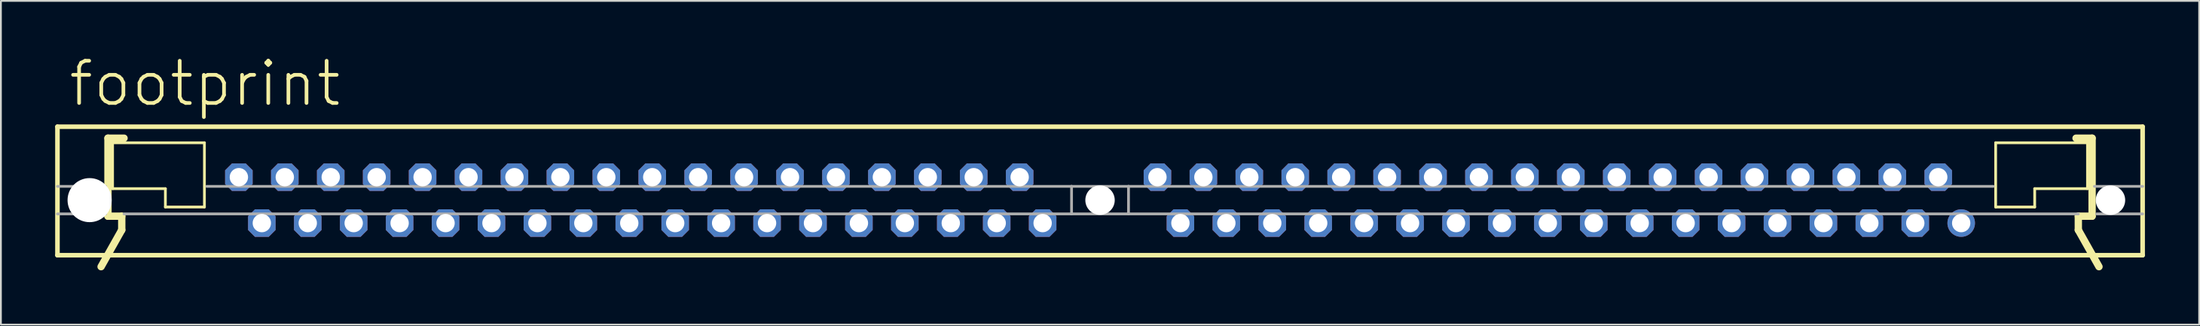
<source format=kicad_pcb>
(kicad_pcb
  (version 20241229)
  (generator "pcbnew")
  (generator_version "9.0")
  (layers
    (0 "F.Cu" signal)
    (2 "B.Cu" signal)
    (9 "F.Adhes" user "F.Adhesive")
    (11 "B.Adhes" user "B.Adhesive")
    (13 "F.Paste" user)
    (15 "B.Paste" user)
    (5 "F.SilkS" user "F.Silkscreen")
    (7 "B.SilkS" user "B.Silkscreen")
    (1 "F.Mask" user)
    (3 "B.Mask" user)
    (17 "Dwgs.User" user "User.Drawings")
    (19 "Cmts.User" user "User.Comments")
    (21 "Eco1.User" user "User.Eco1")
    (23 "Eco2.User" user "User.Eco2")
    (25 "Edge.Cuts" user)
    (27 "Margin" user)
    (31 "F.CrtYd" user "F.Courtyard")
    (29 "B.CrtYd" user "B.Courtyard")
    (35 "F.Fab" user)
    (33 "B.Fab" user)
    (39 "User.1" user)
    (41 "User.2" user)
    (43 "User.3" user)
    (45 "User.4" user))
  (footprint "footprint"
    (layer "F.Cu")
    (at 57.785 8.026)
    (property "Reference" "footprint" (at -57.15 -5.08 0) (layer "F.SilkS") (effects (font (size 2.337 2.337) (thickness 0.203)) (justify left bottom)))
    (fp_line (start -57.658 -4.064) (end 57.658 -4.064) (stroke (width 0.254) (type solid)) (layer "F.SilkS"))
    (fp_line (start -57.658 3.048) (end -57.658 -4.064) (stroke (width 0.254) (type solid)) (layer "F.SilkS"))
    (fp_line (start -54.864 -3.429) (end -54.864 0.889) (stroke (width 0.406) (type solid)) (layer "F.SilkS"))
    (fp_line (start -54.864 0.889) (end -54.102 0.889) (stroke (width 0.406) (type solid)) (layer "F.SilkS"))
    (fp_line (start -54.61 -3.175) (end -54.61 -0.635) (stroke (width 0.152) (type solid)) (layer "F.SilkS"))
    (fp_line (start -54.102 0.889) (end -54.102 1.651) (stroke (width 0.406) (type solid)) (layer "F.SilkS"))
    (fp_line (start -54.102 1.651) (end -55.245 3.683) (stroke (width 0.406) (type solid)) (layer "F.SilkS"))
    (fp_line (start -53.975 -3.429) (end -54.864 -3.429) (stroke (width 0.406) (type solid)) (layer "F.SilkS"))
    (fp_line (start -51.689 -0.635) (end -54.61 -0.635) (stroke (width 0.152) (type solid)) (layer "F.SilkS"))
    (fp_line (start -51.689 0.381) (end -51.689 -0.635) (stroke (width 0.152) (type solid)) (layer "F.SilkS"))
    (fp_line (start -51.689 0.381) (end -49.53 0.381) (stroke (width 0.152) (type solid)) (layer "F.SilkS"))
    (fp_line (start -49.53 -3.175) (end -54.61 -3.175) (stroke (width 0.152) (type solid)) (layer "F.SilkS"))
    (fp_line (start -49.53 0.381) (end -49.53 -3.175) (stroke (width 0.152) (type solid)) (layer "F.SilkS"))
    (fp_line (start 49.53 -3.175) (end 54.61 -3.175) (stroke (width 0.152) (type solid)) (layer "F.SilkS"))
    (fp_line (start 49.53 0.381) (end 49.53 -3.175) (stroke (width 0.152) (type solid)) (layer "F.SilkS"))
    (fp_line (start 51.689 -0.635) (end 54.61 -0.635) (stroke (width 0.152) (type solid)) (layer "F.SilkS"))
    (fp_line (start 51.689 0.381) (end 49.53 0.381) (stroke (width 0.152) (type solid)) (layer "F.SilkS"))
    (fp_line (start 51.689 0.381) (end 51.689 -0.635) (stroke (width 0.152) (type solid)) (layer "F.SilkS"))
    (fp_line (start 53.975 -3.429) (end 54.864 -3.429) (stroke (width 0.406) (type solid)) (layer "F.SilkS"))
    (fp_line (start 54.102 0.889) (end 54.102 1.651) (stroke (width 0.406) (type solid)) (layer "F.SilkS"))
    (fp_line (start 54.102 1.651) (end 55.245 3.683) (stroke (width 0.406) (type solid)) (layer "F.SilkS"))
    (fp_line (start 54.61 -3.175) (end 54.61 -0.635) (stroke (width 0.152) (type solid)) (layer "F.SilkS"))
    (fp_line (start 54.864 -3.429) (end 54.864 0.889) (stroke (width 0.406) (type solid)) (layer "F.SilkS"))
    (fp_line (start 54.864 0.889) (end 54.102 0.889) (stroke (width 0.406) (type solid)) (layer "F.SilkS"))
    (fp_line (start 57.658 -4.064) (end 57.658 3.048) (stroke (width 0.254) (type solid)) (layer "F.SilkS"))
    (fp_line (start 57.658 3.048) (end -57.658 3.048) (stroke (width 0.254) (type solid)) (layer "F.SilkS"))
    (fp_line (start -57.658 -0.762) (end -54.991 -0.762) (stroke (width 0.152) (type solid)) (layer "F.Fab"))
    (fp_line (start -57.658 0.762) (end -54.991 0.762) (stroke (width 0.152) (type solid)) (layer "F.Fab"))
    (fp_line (start -53.975 0.762) (end -1.575 0.762) (stroke (width 0.152) (type solid)) (layer "F.Fab"))
    (fp_line (start -49.403 -0.762) (end -1.575 -0.762) (stroke (width 0.152) (type solid)) (layer "F.Fab"))
    (fp_line (start -1.575 -0.762) (end 1.575 -0.762) (stroke (width 0.152) (type solid)) (layer "F.Fab"))
    (fp_line (start -1.575 0.762) (end -1.575 -0.762) (stroke (width 0.152) (type solid)) (layer "F.Fab"))
    (fp_line (start -1.575 0.762) (end 1.575 0.762) (stroke (width 0.152) (type solid)) (layer "F.Fab"))
    (fp_line (start 1.575 0.762) (end 1.575 -0.762) (stroke (width 0.152) (type solid)) (layer "F.Fab"))
    (fp_line (start 49.403 -0.762) (end 1.575 -0.762) (stroke (width 0.152) (type solid)) (layer "F.Fab"))
    (fp_line (start 54.102 0.762) (end 1.575 0.762) (stroke (width 0.152) (type solid)) (layer "F.Fab"))
    (fp_line (start 57.658 -0.762) (end 54.991 -0.762) (stroke (width 0.152) (type solid)) (layer "F.Fab"))
    (fp_line (start 57.658 0.762) (end 55.118 0.762) (stroke (width 0.152) (type solid)) (layer "F.Fab"))
    (pad "" np_thru_hole circle (at -55.88 0) (size 2.438 2.438) (drill 2.438) (layers "*.Cu" "*.Mask"))
    (pad "" np_thru_hole circle (at 0 0) (size 1.626 1.626) (drill 1.626) (layers "*.Cu" "*.Mask"))
    (pad "" np_thru_hole circle (at 55.88 0) (size 1.626 1.626) (drill 1.626) (layers "*.Cu" "*.Mask"))
    (pad "1" thru_hole circle (at 47.625 1.27) (size 1.524 1.524) (drill 1.016) (layers "*.Cu" "*.Mask"))
    (pad "2" thru_hole roundrect (at 46.355 -1.27) (size 1.524 1.524) (drill 1.016) (layers "*.Cu" "*.Mask") (roundrect_rratio 0.25) (chamfer_ratio 0.25) (chamfer top_left top_right bottom_left bottom_right))
    (pad "3" thru_hole roundrect (at 45.085 1.27) (size 1.524 1.524) (drill 1.016) (layers "*.Cu" "*.Mask") (roundrect_rratio 0.25) (chamfer_ratio 0.25) (chamfer top_left top_right bottom_left bottom_right))
    (pad "4" thru_hole roundrect (at 43.815 -1.27) (size 1.524 1.524) (drill 1.016) (layers "*.Cu" "*.Mask") (roundrect_rratio 0.25) (chamfer_ratio 0.25) (chamfer top_left top_right bottom_left bottom_right))
    (pad "5" thru_hole roundrect (at 42.545 1.27) (size 1.524 1.524) (drill 1.016) (layers "*.Cu" "*.Mask") (roundrect_rratio 0.25) (chamfer_ratio 0.25) (chamfer top_left top_right bottom_left bottom_right))
    (pad "6" thru_hole roundrect (at 41.275 -1.27) (size 1.524 1.524) (drill 1.016) (layers "*.Cu" "*.Mask") (roundrect_rratio 0.25) (chamfer_ratio 0.25) (chamfer top_left top_right bottom_left bottom_right))
    (pad "7" thru_hole roundrect (at 40.005 1.27) (size 1.524 1.524) (drill 1.016) (layers "*.Cu" "*.Mask") (roundrect_rratio 0.25) (chamfer_ratio 0.25) (chamfer top_left top_right bottom_left bottom_right))
    (pad "8" thru_hole roundrect (at 38.735 -1.27) (size 1.524 1.524) (drill 1.016) (layers "*.Cu" "*.Mask") (roundrect_rratio 0.25) (chamfer_ratio 0.25) (chamfer top_left top_right bottom_left bottom_right))
    (pad "9" thru_hole roundrect (at 37.465 1.27) (size 1.524 1.524) (drill 1.016) (layers "*.Cu" "*.Mask") (roundrect_rratio 0.25) (chamfer_ratio 0.25) (chamfer top_left top_right bottom_left bottom_right))
    (pad "10" thru_hole roundrect (at 36.195 -1.27) (size 1.524 1.524) (drill 1.016) (layers "*.Cu" "*.Mask") (roundrect_rratio 0.25) (chamfer_ratio 0.25) (chamfer top_left top_right bottom_left bottom_right))
    (pad "11" thru_hole roundrect (at 34.925 1.27) (size 1.524 1.524) (drill 1.016) (layers "*.Cu" "*.Mask") (roundrect_rratio 0.25) (chamfer_ratio 0.25) (chamfer top_left top_right bottom_left bottom_right))
    (pad "12" thru_hole roundrect (at 33.655 -1.27) (size 1.524 1.524) (drill 1.016) (layers "*.Cu" "*.Mask") (roundrect_rratio 0.25) (chamfer_ratio 0.25) (chamfer top_left top_right bottom_left bottom_right))
    (pad "13" thru_hole roundrect (at 32.385 1.27) (size 1.524 1.524) (drill 1.016) (layers "*.Cu" "*.Mask") (roundrect_rratio 0.25) (chamfer_ratio 0.25) (chamfer top_left top_right bottom_left bottom_right))
    (pad "14" thru_hole roundrect (at 31.115 -1.27) (size 1.524 1.524) (drill 1.016) (layers "*.Cu" "*.Mask") (roundrect_rratio 0.25) (chamfer_ratio 0.25) (chamfer top_left top_right bottom_left bottom_right))
    (pad "15" thru_hole roundrect (at 29.845 1.27) (size 1.524 1.524) (drill 1.016) (layers "*.Cu" "*.Mask") (roundrect_rratio 0.25) (chamfer_ratio 0.25) (chamfer top_left top_right bottom_left bottom_right))
    (pad "16" thru_hole roundrect (at 28.575 -1.27) (size 1.524 1.524) (drill 1.016) (layers "*.Cu" "*.Mask") (roundrect_rratio 0.25) (chamfer_ratio 0.25) (chamfer top_left top_right bottom_left bottom_right))
    (pad "17" thru_hole roundrect (at 27.305 1.27) (size 1.524 1.524) (drill 1.016) (layers "*.Cu" "*.Mask") (roundrect_rratio 0.25) (chamfer_ratio 0.25) (chamfer top_left top_right bottom_left bottom_right))
    (pad "18" thru_hole roundrect (at 26.035 -1.27) (size 1.524 1.524) (drill 1.016) (layers "*.Cu" "*.Mask") (roundrect_rratio 0.25) (chamfer_ratio 0.25) (chamfer top_left top_right bottom_left bottom_right))
    (pad "19" thru_hole roundrect (at 24.765 1.27) (size 1.524 1.524) (drill 1.016) (layers "*.Cu" "*.Mask") (roundrect_rratio 0.25) (chamfer_ratio 0.25) (chamfer top_left top_right bottom_left bottom_right))
    (pad "20" thru_hole roundrect (at 23.495 -1.27) (size 1.524 1.524) (drill 1.016) (layers "*.Cu" "*.Mask") (roundrect_rratio 0.25) (chamfer_ratio 0.25) (chamfer top_left top_right bottom_left bottom_right))
    (pad "21" thru_hole roundrect (at 22.225 1.27) (size 1.524 1.524) (drill 1.016) (layers "*.Cu" "*.Mask") (roundrect_rratio 0.25) (chamfer_ratio 0.25) (chamfer top_left top_right bottom_left bottom_right))
    (pad "22" thru_hole roundrect (at 20.955 -1.27) (size 1.524 1.524) (drill 1.016) (layers "*.Cu" "*.Mask") (roundrect_rratio 0.25) (chamfer_ratio 0.25) (chamfer top_left top_right bottom_left bottom_right))
    (pad "23" thru_hole roundrect (at 19.685 1.27) (size 1.524 1.524) (drill 1.016) (layers "*.Cu" "*.Mask") (roundrect_rratio 0.25) (chamfer_ratio 0.25) (chamfer top_left top_right bottom_left bottom_right))
    (pad "24" thru_hole roundrect (at 18.415 -1.27) (size 1.524 1.524) (drill 1.016) (layers "*.Cu" "*.Mask") (roundrect_rratio 0.25) (chamfer_ratio 0.25) (chamfer top_left top_right bottom_left bottom_right))
    (pad "25" thru_hole roundrect (at 17.145 1.27) (size 1.524 1.524) (drill 1.016) (layers "*.Cu" "*.Mask") (roundrect_rratio 0.25) (chamfer_ratio 0.25) (chamfer top_left top_right bottom_left bottom_right))
    (pad "26" thru_hole roundrect (at 15.875 -1.27) (size 1.524 1.524) (drill 1.016) (layers "*.Cu" "*.Mask") (roundrect_rratio 0.25) (chamfer_ratio 0.25) (chamfer top_left top_right bottom_left bottom_right))
    (pad "27" thru_hole roundrect (at 14.605 1.27) (size 1.524 1.524) (drill 1.016) (layers "*.Cu" "*.Mask") (roundrect_rratio 0.25) (chamfer_ratio 0.25) (chamfer top_left top_right bottom_left bottom_right))
    (pad "28" thru_hole roundrect (at 13.335 -1.27) (size 1.524 1.524) (drill 1.016) (layers "*.Cu" "*.Mask") (roundrect_rratio 0.25) (chamfer_ratio 0.25) (chamfer top_left top_right bottom_left bottom_right))
    (pad "29" thru_hole roundrect (at 12.065 1.27) (size 1.524 1.524) (drill 1.016) (layers "*.Cu" "*.Mask") (roundrect_rratio 0.25) (chamfer_ratio 0.25) (chamfer top_left top_right bottom_left bottom_right))
    (pad "30" thru_hole roundrect (at 10.795 -1.27) (size 1.524 1.524) (drill 1.016) (layers "*.Cu" "*.Mask") (roundrect_rratio 0.25) (chamfer_ratio 0.25) (chamfer top_left top_right bottom_left bottom_right))
    (pad "31" thru_hole roundrect (at 9.525 1.27) (size 1.524 1.524) (drill 1.016) (layers "*.Cu" "*.Mask") (roundrect_rratio 0.25) (chamfer_ratio 0.25) (chamfer top_left top_right bottom_left bottom_right))
    (pad "32" thru_hole roundrect (at 8.255 -1.27) (size 1.524 1.524) (drill 1.016) (layers "*.Cu" "*.Mask") (roundrect_rratio 0.25) (chamfer_ratio 0.25) (chamfer top_left top_right bottom_left bottom_right))
    (pad "33" thru_hole roundrect (at 6.985 1.27) (size 1.524 1.524) (drill 1.016) (layers "*.Cu" "*.Mask") (roundrect_rratio 0.25) (chamfer_ratio 0.25) (chamfer top_left top_right bottom_left bottom_right))
    (pad "34" thru_hole roundrect (at 5.715 -1.27) (size 1.524 1.524) (drill 1.016) (layers "*.Cu" "*.Mask") (roundrect_rratio 0.25) (chamfer_ratio 0.25) (chamfer top_left top_right bottom_left bottom_right))
    (pad "35" thru_hole roundrect (at 4.445 1.27) (size 1.524 1.524) (drill 1.016) (layers "*.Cu" "*.Mask") (roundrect_rratio 0.25) (chamfer_ratio 0.25) (chamfer top_left top_right bottom_left bottom_right))
    (pad "36" thru_hole roundrect (at 3.175 -1.27) (size 1.524 1.524) (drill 1.016) (layers "*.Cu" "*.Mask") (roundrect_rratio 0.25) (chamfer_ratio 0.25) (chamfer top_left top_right bottom_left bottom_right))
    (pad "37" thru_hole roundrect (at -3.175 1.27) (size 1.524 1.524) (drill 1.016) (layers "*.Cu" "*.Mask") (roundrect_rratio 0.25) (chamfer_ratio 0.25) (chamfer top_left top_right bottom_left bottom_right))
    (pad "38" thru_hole roundrect (at -4.445 -1.27) (size 1.524 1.524) (drill 1.016) (layers "*.Cu" "*.Mask") (roundrect_rratio 0.25) (chamfer_ratio 0.25) (chamfer top_left top_right bottom_left bottom_right))
    (pad "39" thru_hole roundrect (at -5.715 1.27) (size 1.524 1.524) (drill 1.016) (layers "*.Cu" "*.Mask") (roundrect_rratio 0.25) (chamfer_ratio 0.25) (chamfer top_left top_right bottom_left bottom_right))
    (pad "40" thru_hole roundrect (at -6.985 -1.27) (size 1.524 1.524) (drill 1.016) (layers "*.Cu" "*.Mask") (roundrect_rratio 0.25) (chamfer_ratio 0.25) (chamfer top_left top_right bottom_left bottom_right))
    (pad "41" thru_hole roundrect (at -8.255 1.27) (size 1.524 1.524) (drill 1.016) (layers "*.Cu" "*.Mask") (roundrect_rratio 0.25) (chamfer_ratio 0.25) (chamfer top_left top_right bottom_left bottom_right))
    (pad "42" thru_hole roundrect (at -9.525 -1.27) (size 1.524 1.524) (drill 1.016) (layers "*.Cu" "*.Mask") (roundrect_rratio 0.25) (chamfer_ratio 0.25) (chamfer top_left top_right bottom_left bottom_right))
    (pad "43" thru_hole roundrect (at -10.795 1.27) (size 1.524 1.524) (drill 1.016) (layers "*.Cu" "*.Mask") (roundrect_rratio 0.25) (chamfer_ratio 0.25) (chamfer top_left top_right bottom_left bottom_right))
    (pad "44" thru_hole roundrect (at -12.065 -1.27) (size 1.524 1.524) (drill 1.016) (layers "*.Cu" "*.Mask") (roundrect_rratio 0.25) (chamfer_ratio 0.25) (chamfer top_left top_right bottom_left bottom_right))
    (pad "45" thru_hole roundrect (at -13.335 1.27) (size 1.524 1.524) (drill 1.016) (layers "*.Cu" "*.Mask") (roundrect_rratio 0.25) (chamfer_ratio 0.25) (chamfer top_left top_right bottom_left bottom_right))
    (pad "46" thru_hole roundrect (at -14.605 -1.27) (size 1.524 1.524) (drill 1.016) (layers "*.Cu" "*.Mask") (roundrect_rratio 0.25) (chamfer_ratio 0.25) (chamfer top_left top_right bottom_left bottom_right))
    (pad "47" thru_hole roundrect (at -15.875 1.27) (size 1.524 1.524) (drill 1.016) (layers "*.Cu" "*.Mask") (roundrect_rratio 0.25) (chamfer_ratio 0.25) (chamfer top_left top_right bottom_left bottom_right))
    (pad "48" thru_hole roundrect (at -17.145 -1.27) (size 1.524 1.524) (drill 1.016) (layers "*.Cu" "*.Mask") (roundrect_rratio 0.25) (chamfer_ratio 0.25) (chamfer top_left top_right bottom_left bottom_right))
    (pad "49" thru_hole roundrect (at -18.415 1.27) (size 1.524 1.524) (drill 1.016) (layers "*.Cu" "*.Mask") (roundrect_rratio 0.25) (chamfer_ratio 0.25) (chamfer top_left top_right bottom_left bottom_right))
    (pad "50" thru_hole roundrect (at -19.685 -1.27) (size 1.524 1.524) (drill 1.016) (layers "*.Cu" "*.Mask") (roundrect_rratio 0.25) (chamfer_ratio 0.25) (chamfer top_left top_right bottom_left bottom_right))
    (pad "51" thru_hole roundrect (at -20.955 1.27) (size 1.524 1.524) (drill 1.016) (layers "*.Cu" "*.Mask") (roundrect_rratio 0.25) (chamfer_ratio 0.25) (chamfer top_left top_right bottom_left bottom_right))
    (pad "52" thru_hole roundrect (at -22.225 -1.27) (size 1.524 1.524) (drill 1.016) (layers "*.Cu" "*.Mask") (roundrect_rratio 0.25) (chamfer_ratio 0.25) (chamfer top_left top_right bottom_left bottom_right))
    (pad "53" thru_hole roundrect (at -23.495 1.27) (size 1.524 1.524) (drill 1.016) (layers "*.Cu" "*.Mask") (roundrect_rratio 0.25) (chamfer_ratio 0.25) (chamfer top_left top_right bottom_left bottom_right))
    (pad "54" thru_hole roundrect (at -24.765 -1.27) (size 1.524 1.524) (drill 1.016) (layers "*.Cu" "*.Mask") (roundrect_rratio 0.25) (chamfer_ratio 0.25) (chamfer top_left top_right bottom_left bottom_right))
    (pad "55" thru_hole roundrect (at -26.035 1.27) (size 1.524 1.524) (drill 1.016) (layers "*.Cu" "*.Mask") (roundrect_rratio 0.25) (chamfer_ratio 0.25) (chamfer top_left top_right bottom_left bottom_right))
    (pad "56" thru_hole roundrect (at -27.305 -1.27) (size 1.524 1.524) (drill 1.016) (layers "*.Cu" "*.Mask") (roundrect_rratio 0.25) (chamfer_ratio 0.25) (chamfer top_left top_right bottom_left bottom_right))
    (pad "57" thru_hole roundrect (at -28.575 1.27) (size 1.524 1.524) (drill 1.016) (layers "*.Cu" "*.Mask") (roundrect_rratio 0.25) (chamfer_ratio 0.25) (chamfer top_left top_right bottom_left bottom_right))
    (pad "58" thru_hole roundrect (at -29.845 -1.27) (size 1.524 1.524) (drill 1.016) (layers "*.Cu" "*.Mask") (roundrect_rratio 0.25) (chamfer_ratio 0.25) (chamfer top_left top_right bottom_left bottom_right))
    (pad "59" thru_hole roundrect (at -31.115 1.27) (size 1.524 1.524) (drill 1.016) (layers "*.Cu" "*.Mask") (roundrect_rratio 0.25) (chamfer_ratio 0.25) (chamfer top_left top_right bottom_left bottom_right))
    (pad "60" thru_hole roundrect (at -32.385 -1.27) (size 1.524 1.524) (drill 1.016) (layers "*.Cu" "*.Mask") (roundrect_rratio 0.25) (chamfer_ratio 0.25) (chamfer top_left top_right bottom_left bottom_right))
    (pad "61" thru_hole roundrect (at -33.655 1.27) (size 1.524 1.524) (drill 1.016) (layers "*.Cu" "*.Mask") (roundrect_rratio 0.25) (chamfer_ratio 0.25) (chamfer top_left top_right bottom_left bottom_right))
    (pad "62" thru_hole roundrect (at -34.925 -1.27) (size 1.524 1.524) (drill 1.016) (layers "*.Cu" "*.Mask") (roundrect_rratio 0.25) (chamfer_ratio 0.25) (chamfer top_left top_right bottom_left bottom_right))
    (pad "63" thru_hole roundrect (at -36.195 1.27) (size 1.524 1.524) (drill 1.016) (layers "*.Cu" "*.Mask") (roundrect_rratio 0.25) (chamfer_ratio 0.25) (chamfer top_left top_right bottom_left bottom_right))
    (pad "64" thru_hole roundrect (at -37.465 -1.27) (size 1.524 1.524) (drill 1.016) (layers "*.Cu" "*.Mask") (roundrect_rratio 0.25) (chamfer_ratio 0.25) (chamfer top_left top_right bottom_left bottom_right))
    (pad "65" thru_hole roundrect (at -38.735 1.27) (size 1.524 1.524) (drill 1.016) (layers "*.Cu" "*.Mask") (roundrect_rratio 0.25) (chamfer_ratio 0.25) (chamfer top_left top_right bottom_left bottom_right))
    (pad "66" thru_hole roundrect (at -40.005 -1.27) (size 1.524 1.524) (drill 1.016) (layers "*.Cu" "*.Mask") (roundrect_rratio 0.25) (chamfer_ratio 0.25) (chamfer top_left top_right bottom_left bottom_right))
    (pad "67" thru_hole roundrect (at -41.275 1.27) (size 1.524 1.524) (drill 1.016) (layers "*.Cu" "*.Mask") (roundrect_rratio 0.25) (chamfer_ratio 0.25) (chamfer top_left top_right bottom_left bottom_right))
    (pad "68" thru_hole roundrect (at -42.545 -1.27) (size 1.524 1.524) (drill 1.016) (layers "*.Cu" "*.Mask") (roundrect_rratio 0.25) (chamfer_ratio 0.25) (chamfer top_left top_right bottom_left bottom_right))
    (pad "69" thru_hole roundrect (at -43.815 1.27) (size 1.524 1.524) (drill 1.016) (layers "*.Cu" "*.Mask") (roundrect_rratio 0.25) (chamfer_ratio 0.25) (chamfer top_left top_right bottom_left bottom_right))
    (pad "70" thru_hole roundrect (at -45.085 -1.27) (size 1.524 1.524) (drill 1.016) (layers "*.Cu" "*.Mask") (roundrect_rratio 0.25) (chamfer_ratio 0.25) (chamfer top_left top_right bottom_left bottom_right))
    (pad "71" thru_hole roundrect (at -46.355 1.27) (size 1.524 1.524) (drill 1.016) (layers "*.Cu" "*.Mask") (roundrect_rratio 0.25) (chamfer_ratio 0.25) (chamfer top_left top_right bottom_left bottom_right))
    (pad "72" thru_hole roundrect (at -47.625 -1.27) (size 1.524 1.524) (drill 1.016) (layers "*.Cu" "*.Mask") (roundrect_rratio 0.25) (chamfer_ratio 0.25) (chamfer top_left top_right bottom_left bottom_right)))
  (gr_rect
    (start -3 -3)
    (end 118.57 14.913)
    (stroke (width 0.1) (type default))
    (fill no)
    (layer "Edge.Cuts")))
</source>
